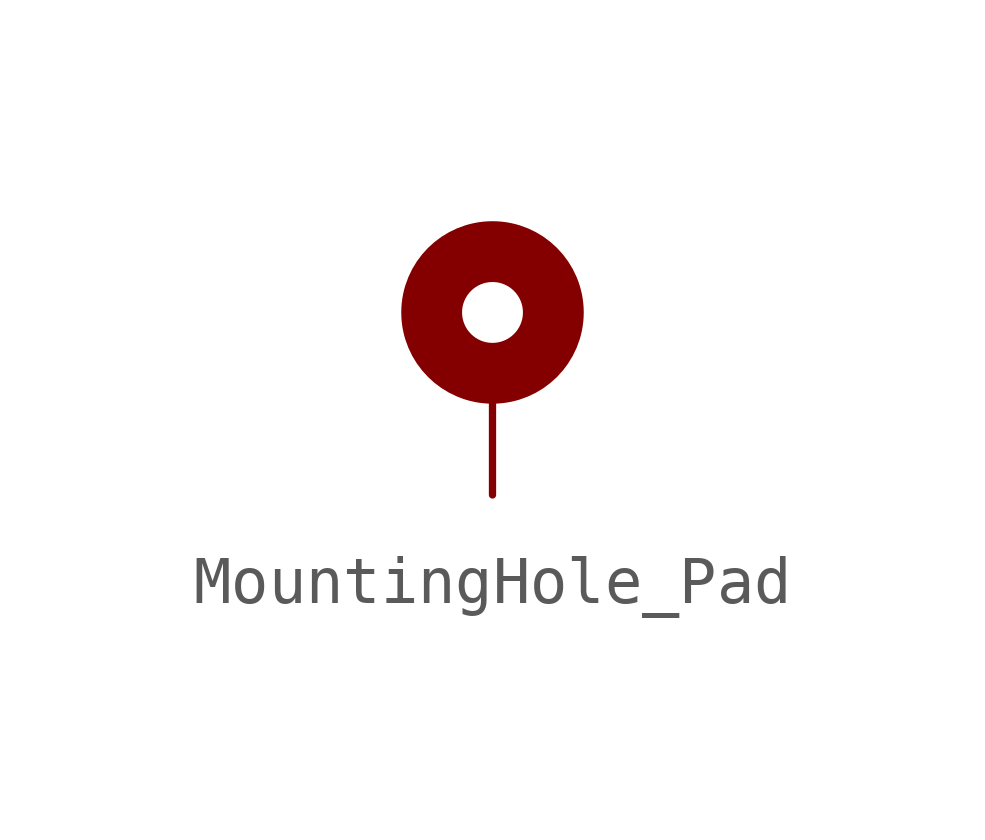
<source format=kicad_sym>
(kicad_symbol_lib
  (version 20211014)
  (generator kicad_symbol_editor)
  (symbol "MountingHole_Pad"
    (pin_numbers hide)
    (pin_names
      (offset 1.016) hide)
    (property "Reference" "H"
      (at 0 6.35 0)
      (effects (font (size 1.27 1.27)) hide))
    (symbol "MountingHole_Pad_0_1"
      (circle (center 0 0) (radius 1.27) (stroke (width 1.27) (type default) (color 0 0 0 0)) (fill (type none))))
    (symbol "MountingHole_Pad_1_1"
      (pin input line (at 0 -3.81 90) (length 2.54) (name "1" (effects (font (size 1.27 1.27)))) (number "1" (effects (font (size 1.27 1.27))))))))
</source>
